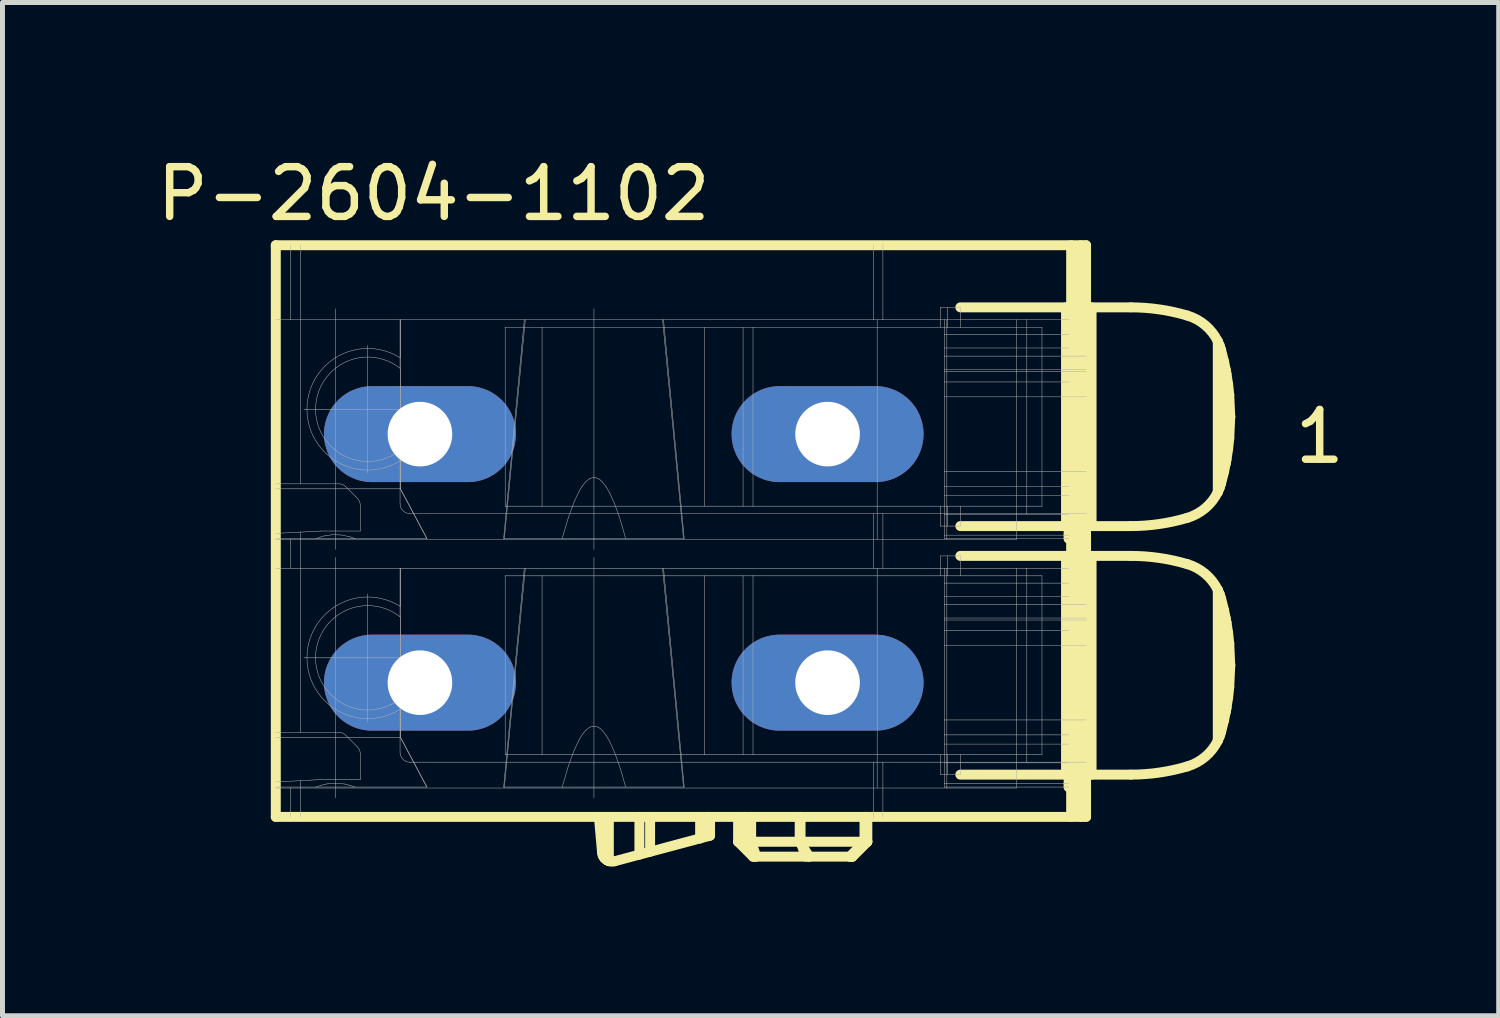
<source format=kicad_pcb>
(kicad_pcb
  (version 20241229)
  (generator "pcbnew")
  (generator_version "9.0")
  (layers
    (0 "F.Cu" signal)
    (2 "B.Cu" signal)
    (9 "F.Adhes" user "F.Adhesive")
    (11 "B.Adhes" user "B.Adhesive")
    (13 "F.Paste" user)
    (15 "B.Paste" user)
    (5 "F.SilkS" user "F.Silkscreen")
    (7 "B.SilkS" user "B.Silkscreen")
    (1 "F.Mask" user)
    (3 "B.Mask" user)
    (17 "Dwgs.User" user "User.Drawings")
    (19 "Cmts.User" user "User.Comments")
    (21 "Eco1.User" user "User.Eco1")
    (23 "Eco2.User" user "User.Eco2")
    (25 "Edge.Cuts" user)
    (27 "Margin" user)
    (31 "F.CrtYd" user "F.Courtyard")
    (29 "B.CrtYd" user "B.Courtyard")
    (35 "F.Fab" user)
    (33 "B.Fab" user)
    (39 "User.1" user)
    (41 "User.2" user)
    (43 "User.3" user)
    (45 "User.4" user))
  (footprint "P-2604-1102"
    (layer "F.Cu")
    (at 13.598 3.383)
    (property "Reference" "P-2604-1102" (at -7.925 -2.535 0) (layer "F.SilkS") (effects (font (size 1 1) (thickness 0.15))))
    (attr through_hole)
    (fp_line (start -11.1 10) (end -11.1 -1.5) (stroke (width 0.2) (type solid)) (layer "F.SilkS"))
    (fp_line (start -4.537 10.717) (end -4.6 10) (stroke (width 0.2) (type solid)) (layer "F.SilkS"))
    (fp_line (start -4.537 10.717) (end -4.522 10.778) (stroke (width 0.2) (type solid)) (layer "F.SilkS"))
    (fp_line (start -4.522 10.778) (end -4.491 10.829) (stroke (width 0.2) (type solid)) (layer "F.SilkS"))
    (fp_line (start -4.491 10.829) (end -4.436 10.874) (stroke (width 0.2) (type solid)) (layer "F.SilkS"))
    (fp_line (start -4.452 10.864) (end -4.452 10) (stroke (width 0.2) (type solid)) (layer "F.SilkS"))
    (fp_line (start -4.436 10.874) (end -4.4 10.89) (stroke (width 0.2) (type solid)) (layer "F.SilkS"))
    (fp_line (start -4.4 10.89) (end -4.4 10) (stroke (width 0.2) (type solid)) (layer "F.SilkS"))
    (fp_line (start -3.785 10.759) (end -3.785 10) (stroke (width 0.2) (type solid)) (layer "F.SilkS"))
    (fp_line (start -3.57 10.701) (end -3.57 10) (stroke (width 0.2) (type solid)) (layer "F.SilkS"))
    (fp_line (start -2.564 10.432) (end -4.286 10.893) (stroke (width 0.2) (type solid)) (layer "F.SilkS"))
    (fp_line (start -2.564 10.432) (end -2.564 10) (stroke (width 0.2) (type solid)) (layer "F.SilkS"))
    (fp_line (start -2.4 10.388) (end -2.4 10) (stroke (width 0.2) (type solid)) (layer "F.SilkS"))
    (fp_line (start -2.364 10.378) (end -2.564 10.432) (stroke (width 0.2) (type solid)) (layer "F.SilkS"))
    (fp_line (start -2.364 10.378) (end -2.364 10) (stroke (width 0.2) (type solid)) (layer "F.SilkS"))
    (fp_line (start -1.8 10) (end -1.8 10.5) (stroke (width 0.2) (type solid)) (layer "F.SilkS"))
    (fp_line (start -1.8 10.5) (end -1.5 10.8) (stroke (width 0.2) (type solid)) (layer "F.SilkS"))
    (fp_line (start -1.655 10.5) (end -1.8 10.5) (stroke (width 0.2) (type solid)) (layer "F.SilkS"))
    (fp_line (start -1.655 10.5) (end -1.655 10) (stroke (width 0.2) (type solid)) (layer "F.SilkS"))
    (fp_line (start -1.537 10.5) (end -1.537 10) (stroke (width 0.2) (type solid)) (layer "F.SilkS"))
    (fp_line (start -1.464 10.8) (end -1.655 10.5) (stroke (width 0.2) (type solid)) (layer "F.SilkS"))
    (fp_line (start -1.464 10.8) (end -1.5 10.8) (stroke (width 0.2) (type solid)) (layer "F.SilkS"))
    (fp_line (start -1.434 10.8) (end -1.537 10.5) (stroke (width 0.2) (type solid)) (layer "F.SilkS"))
    (fp_line (start -0.561 10.5) (end -1.655 10.5) (stroke (width 0.2) (type solid)) (layer "F.SilkS"))
    (fp_line (start -0.561 10.5) (end -0.561 10) (stroke (width 0.2) (type solid)) (layer "F.SilkS"))
    (fp_line (start -0.543 10.5) (end -0.543 10) (stroke (width 0.2) (type solid)) (layer "F.SilkS"))
    (fp_line (start -0.44 10.8) (end -0.543 10.5) (stroke (width 0.2) (type solid)) (layer "F.SilkS"))
    (fp_line (start -0.369 10.8) (end -1.464 10.8) (stroke (width 0.2) (type solid)) (layer "F.SilkS"))
    (fp_line (start -0.369 10.8) (end -0.561 10.5) (stroke (width 0.2) (type solid)) (layer "F.SilkS"))
    (fp_line (start 0.446 10.8) (end -0.369 10.8) (stroke (width 0.2) (type solid)) (layer "F.SilkS"))
    (fp_line (start 0.446 10.8) (end 0.743 10.5) (stroke (width 0.2) (type solid)) (layer "F.SilkS"))
    (fp_line (start 0.494 10.8) (end 0.446 10.8) (stroke (width 0.2) (type solid)) (layer "F.SilkS"))
    (fp_line (start 0.494 10.8) (end 0.792 10.5) (stroke (width 0.2) (type solid)) (layer "F.SilkS"))
    (fp_line (start 0.5 10.8) (end 0.494 10.8) (stroke (width 0.2) (type solid)) (layer "F.SilkS"))
    (fp_line (start 0.5 10.8) (end 0.8 10.5) (stroke (width 0.2) (type solid)) (layer "F.SilkS"))
    (fp_line (start 0.743 10.5) (end -0.561 10.5) (stroke (width 0.2) (type solid)) (layer "F.SilkS"))
    (fp_line (start 0.743 10.5) (end 0.743 10) (stroke (width 0.2) (type solid)) (layer "F.SilkS"))
    (fp_line (start 0.792 10.5) (end 0.743 10.5) (stroke (width 0.2) (type solid)) (layer "F.SilkS"))
    (fp_line (start 0.792 10.5) (end 0.792 10) (stroke (width 0.2) (type solid)) (layer "F.SilkS"))
    (fp_line (start 0.8 10.5) (end 0.792 10.5) (stroke (width 0.2) (type solid)) (layer "F.SilkS"))
    (fp_line (start 0.8 10.5) (end 0.8 10) (stroke (width 0.2) (type solid)) (layer "F.SilkS"))
    (fp_line (start 4.797 4.15) (end 4.797 -0.25) (stroke (width 0.2) (type solid)) (layer "F.SilkS"))
    (fp_line (start 4.797 9.15) (end 4.797 4.75) (stroke (width 0.2) (type solid)) (layer "F.SilkS"))
    (fp_line (start 4.85 0) (end 4.85 1.25) (stroke (width 0.2) (type solid)) (layer "F.SilkS"))
    (fp_line (start 4.85 1.25) (end 4.85 3.35) (stroke (width 0.2) (type solid)) (layer "F.SilkS"))
    (fp_line (start 4.85 3.35) (end 4.85 4.4) (stroke (width 0.2) (type solid)) (layer "F.SilkS"))
    (fp_line (start 4.85 5) (end 4.85 6.25) (stroke (width 0.2) (type solid)) (layer "F.SilkS"))
    (fp_line (start 4.85 6.25) (end 4.85 8.35) (stroke (width 0.2) (type solid)) (layer "F.SilkS"))
    (fp_line (start 4.85 8.35) (end 4.85 9.4) (stroke (width 0.2) (type solid)) (layer "F.SilkS"))
    (fp_line (start 4.9 10) (end 4.9 -1.5) (stroke (width 0.2) (type solid)) (layer "F.SilkS"))
    (fp_line (start 5.093 10) (end 5.093 -1.5) (stroke (width 0.2) (type solid)) (layer "F.SilkS"))
    (fp_line (start 5.2 -1.5) (end -11.1 -1.5) (stroke (width 0.2) (type solid)) (layer "F.SilkS"))
    (fp_line (start 5.2 -0.194) (end 4.85 0) (stroke (width 0.2) (type solid)) (layer "F.SilkS"))
    (fp_line (start 5.2 0.13) (end 4.85 0.298) (stroke (width 0.2) (type solid)) (layer "F.SilkS"))
    (fp_line (start 5.2 0.399) (end 4.85 0.567) (stroke (width 0.2) (type solid)) (layer "F.SilkS"))
    (fp_line (start 5.2 1.056) (end 4.85 1.25) (stroke (width 0.2) (type solid)) (layer "F.SilkS"))
    (fp_line (start 5.2 3.544) (end 4.85 3.35) (stroke (width 0.2) (type solid)) (layer "F.SilkS"))
    (fp_line (start 5.2 3.558) (end 4.85 3.536) (stroke (width 0.2) (type solid)) (layer "F.SilkS"))
    (fp_line (start 5.2 4.081) (end 4.85 3.913) (stroke (width 0.2) (type solid)) (layer "F.SilkS"))
    (fp_line (start 5.2 4.501) (end 4.85 4.333) (stroke (width 0.2) (type solid)) (layer "F.SilkS"))
    (fp_line (start 5.2 4.594) (end 4.85 4.4) (stroke (width 0.2) (type solid)) (layer "F.SilkS"))
    (fp_line (start 5.2 4.806) (end 4.85 5) (stroke (width 0.2) (type solid)) (layer "F.SilkS"))
    (fp_line (start 5.2 5.13) (end 4.85 5.298) (stroke (width 0.2) (type solid)) (layer "F.SilkS"))
    (fp_line (start 5.2 5.399) (end 4.85 5.567) (stroke (width 0.2) (type solid)) (layer "F.SilkS"))
    (fp_line (start 5.2 6.056) (end 4.85 6.25) (stroke (width 0.2) (type solid)) (layer "F.SilkS"))
    (fp_line (start 5.2 8.544) (end 4.85 8.35) (stroke (width 0.2) (type solid)) (layer "F.SilkS"))
    (fp_line (start 5.2 8.558) (end 4.85 8.536) (stroke (width 0.2) (type solid)) (layer "F.SilkS"))
    (fp_line (start 5.2 9.081) (end 4.85 8.913) (stroke (width 0.2) (type solid)) (layer "F.SilkS"))
    (fp_line (start 5.2 9.501) (end 4.85 9.333) (stroke (width 0.2) (type solid)) (layer "F.SilkS"))
    (fp_line (start 5.2 9.594) (end 4.85 9.4) (stroke (width 0.2) (type solid)) (layer "F.SilkS"))
    (fp_line (start 5.2 10) (end -11.1 10) (stroke (width 0.2) (type solid)) (layer "F.SilkS"))
    (fp_line (start 5.2 10) (end 5.2 -1.5) (stroke (width 0.2) (type solid)) (layer "F.SilkS"))
    (fp_line (start 5.311 4.15) (end 5.311 -0.25) (stroke (width 0.2) (type solid)) (layer "F.SilkS"))
    (fp_line (start 5.311 9.15) (end 5.311 4.75) (stroke (width 0.2) (type solid)) (layer "F.SilkS"))
    (fp_line (start 6.1 -0.25) (end 2.671 -0.25) (stroke (width 0.2) (type solid)) (layer "F.SilkS"))
    (fp_line (start 6.1 4.15) (end 2.671 4.15) (stroke (width 0.2) (type solid)) (layer "F.SilkS"))
    (fp_line (start 6.1 4.75) (end 2.671 4.75) (stroke (width 0.2) (type solid)) (layer "F.SilkS"))
    (fp_line (start 6.1 9.15) (end 2.671 9.15) (stroke (width 0.2) (type solid)) (layer "F.SilkS"))
    (fp_line (start 7.85 0.433) (end 7.887 0.517) (stroke (width 0.2) (type solid)) (layer "F.SilkS"))
    (fp_line (start 7.85 3.467) (end 7.85 0.433) (stroke (width 0.2) (type solid)) (layer "F.SilkS"))
    (fp_line (start 7.85 5.433) (end 7.887 5.517) (stroke (width 0.2) (type solid)) (layer "F.SilkS"))
    (fp_line (start 7.85 8.467) (end 7.85 5.433) (stroke (width 0.2) (type solid)) (layer "F.SilkS"))
    (fp_line (start 7.887 0.517) (end 7.916 0.605) (stroke (width 0.2) (type solid)) (layer "F.SilkS"))
    (fp_line (start 7.887 5.517) (end 7.916 5.605) (stroke (width 0.2) (type solid)) (layer "F.SilkS"))
    (fp_line (start 7.887 3.382) (end 7.85 3.467) (stroke (width 0.2) (type solid)) (layer "F.SilkS"))
    (fp_line (start 7.887 8.382) (end 7.85 8.467) (stroke (width 0.2) (type solid)) (layer "F.SilkS"))
    (fp_line (start 7.916 0.605) (end 7.977 0.846) (stroke (width 0.2) (type solid)) (layer "F.SilkS"))
    (fp_line (start 7.916 3.295) (end 7.887 3.382) (stroke (width 0.2) (type solid)) (layer "F.SilkS"))
    (fp_line (start 7.916 5.605) (end 7.977 5.846) (stroke (width 0.2) (type solid)) (layer "F.SilkS"))
    (fp_line (start 7.916 8.295) (end 7.887 8.382) (stroke (width 0.2) (type solid)) (layer "F.SilkS"))
    (fp_line (start 7.977 0.846) (end 8.025 1.09) (stroke (width 0.2) (type solid)) (layer "F.SilkS"))
    (fp_line (start 7.977 5.846) (end 8.025 6.09) (stroke (width 0.2) (type solid)) (layer "F.SilkS"))
    (fp_line (start 7.977 3.053) (end 7.916 3.295) (stroke (width 0.2) (type solid)) (layer "F.SilkS"))
    (fp_line (start 7.977 8.053) (end 7.916 8.295) (stroke (width 0.2) (type solid)) (layer "F.SilkS"))
    (fp_line (start 8.011 2.891) (end 8.011 1.009) (stroke (width 0.2) (type solid)) (layer "F.SilkS"))
    (fp_line (start 8.011 7.891) (end 8.011 6.009) (stroke (width 0.2) (type solid)) (layer "F.SilkS"))
    (fp_line (start 8.025 1.09) (end 8.058 1.3) (stroke (width 0.2) (type solid)) (layer "F.SilkS"))
    (fp_line (start 8.025 2.81) (end 7.977 3.053) (stroke (width 0.2) (type solid)) (layer "F.SilkS"))
    (fp_line (start 8.025 6.09) (end 8.058 6.3) (stroke (width 0.2) (type solid)) (layer "F.SilkS"))
    (fp_line (start 8.025 7.81) (end 7.977 8.053) (stroke (width 0.2) (type solid)) (layer "F.SilkS"))
    (fp_line (start 8.058 1.3) (end 8.081 1.511) (stroke (width 0.2) (type solid)) (layer "F.SilkS"))
    (fp_line (start 8.058 6.3) (end 8.081 6.511) (stroke (width 0.2) (type solid)) (layer "F.SilkS"))
    (fp_line (start 8.058 2.598) (end 8.025 2.81) (stroke (width 0.2) (type solid)) (layer "F.SilkS"))
    (fp_line (start 8.058 7.598) (end 8.025 7.81) (stroke (width 0.2) (type solid)) (layer "F.SilkS"))
    (fp_line (start 8.081 1.511) (end 8.1 1.936) (stroke (width 0.2) (type solid)) (layer "F.SilkS"))
    (fp_line (start 8.081 6.511) (end 8.1 6.936) (stroke (width 0.2) (type solid)) (layer "F.SilkS"))
    (fp_line (start 8.081 2.386) (end 8.058 2.598) (stroke (width 0.2) (type solid)) (layer "F.SilkS"))
    (fp_line (start 8.081 7.386) (end 8.058 7.598) (stroke (width 0.2) (type solid)) (layer "F.SilkS"))
    (fp_line (start 8.1 1.936) (end 8.1 1.95) (stroke (width 0.2) (type solid)) (layer "F.SilkS"))
    (fp_line (start 8.1 1.964) (end 8.081 2.386) (stroke (width 0.2) (type solid)) (layer "F.SilkS"))
    (fp_line (start 8.1 6.936) (end 8.1 6.95) (stroke (width 0.2) (type solid)) (layer "F.SilkS"))
    (fp_line (start 8.1 6.964) (end 8.081 7.386) (stroke (width 0.2) (type solid)) (layer "F.SilkS"))
    (fp_line (start 8.1 1.95) (end 8.1 1.964) (stroke (width 0.2) (type solid)) (layer "F.SilkS"))
    (fp_line (start 8.1 6.95) (end 8.1 6.964) (stroke (width 0.2) (type solid)) (layer "F.SilkS"))
    (fp_arc (start -4.28623 10.8932) (mid -4.343333 10.899963) (end -4.4 10.8902) (stroke (width 0.2) (type solid)) (layer "F.SilkS"))
    (fp_arc (start 6.1 -0.249997) (mid 6.674259 -0.20856) (end 7.23662 -0.085109) (stroke (width 0.2) (type solid)) (layer "F.SilkS"))
    (fp_arc (start 6.1 4.75) (mid 6.674259 4.791438) (end 7.23662 4.91489) (stroke (width 0.2) (type solid)) (layer "F.SilkS"))
    (fp_arc (start 7.23662 -0.085116) (mid 7.597551 0.109553) (end 7.85 0.432719) (stroke (width 0.2) (type solid)) (layer "F.SilkS"))
    (fp_arc (start 7.23662 3.98511) (mid 6.674259 4.108562) (end 6.1 4.15) (stroke (width 0.2) (type solid)) (layer "F.SilkS"))
    (fp_arc (start 7.23662 4.91488) (mid 7.597551 5.109551) (end 7.85 5.43272) (stroke (width 0.2) (type solid)) (layer "F.SilkS"))
    (fp_arc (start 7.23662 8.98511) (mid 6.674259 9.108562) (end 6.1 9.15) (stroke (width 0.2) (type solid)) (layer "F.SilkS"))
    (fp_arc (start 7.84999 3.46728) (mid 7.597545 3.790443) (end 7.23662 3.98511) (stroke (width 0.2) (type solid)) (layer "F.SilkS"))
    (fp_arc (start 7.84999 8.46728) (mid 7.597545 8.790443) (end 7.23662 8.98511) (stroke (width 0.2) (type solid)) (layer "F.SilkS"))
    (fp_line (start -11.1 3.4) (end -8.596 3.4) (stroke (width 0.01) (type solid)) (layer "F.Fab"))
    (fp_line (start -11.1 4.4) (end -10.29 4.4) (stroke (width 0.01) (type solid)) (layer "F.Fab"))
    (fp_line (start -11.1 8.4) (end -8.59 8.4) (stroke (width 0.01) (type solid)) (layer "F.Fab"))
    (fp_line (start -10.8 0) (end -10.8 -1.5) (stroke (width 0.01) (type solid)) (layer "F.Fab"))
    (fp_line (start -10.8 5) (end -10.8 4.42) (stroke (width 0.01) (type solid)) (layer "F.Fab"))
    (fp_line (start -10.8 10) (end -10.8 9.42) (stroke (width 0.01) (type solid)) (layer "F.Fab"))
    (fp_line (start -10.6 3.3) (end -11.1 3.3) (stroke (width 0.01) (type solid)) (layer "F.Fab"))
    (fp_line (start -10.6 3.3) (end -10.6 -1.5) (stroke (width 0.01) (type solid)) (layer "F.Fab"))
    (fp_line (start -10.6 8.3) (end -11.1 8.3) (stroke (width 0.01) (type solid)) (layer "F.Fab"))
    (fp_line (start -10.6 8.3) (end -10.6 4.271) (stroke (width 0.01) (type solid)) (layer "F.Fab"))
    (fp_line (start -10.6 10) (end -10.6 9.271) (stroke (width 0.01) (type solid)) (layer "F.Fab"))
    (fp_line (start -10.534 1.8) (end -8.6 1.8) (stroke (width 0.01) (type solid)) (layer "F.Fab"))
    (fp_line (start -10.534 6.8) (end -8.6 6.8) (stroke (width 0.01) (type solid)) (layer "F.Fab"))
    (fp_line (start -10.29 4.4) (end -10.127 4.348) (stroke (width 0.01) (type solid)) (layer "F.Fab"))
    (fp_line (start -10.29 4.4) (end -9.51 4.4) (stroke (width 0.01) (type solid)) (layer "F.Fab"))
    (fp_line (start -10.29 9.4) (end -10.181 9.363) (stroke (width 0.01) (type solid)) (layer "F.Fab"))
    (fp_line (start -10.2 4.25) (end -11.1 4.297) (stroke (width 0.01) (type solid)) (layer "F.Fab"))
    (fp_line (start -10.2 4.25) (end -9.4 4.25) (stroke (width 0.01) (type solid)) (layer "F.Fab"))
    (fp_line (start -10.2 9.25) (end -11.1 9.297) (stroke (width 0.01) (type solid)) (layer "F.Fab"))
    (fp_line (start -10.2 9.25) (end -9.4 9.25) (stroke (width 0.01) (type solid)) (layer "F.Fab"))
    (fp_line (start -10.181 9.363) (end -10.069 9.336) (stroke (width 0.01) (type solid)) (layer "F.Fab"))
    (fp_line (start -10.127 4.348) (end -9.954 4.323) (stroke (width 0.01) (type solid)) (layer "F.Fab"))
    (fp_line (start -10.069 9.336) (end -9.895 9.322) (stroke (width 0.01) (type solid)) (layer "F.Fab"))
    (fp_line (start -9.954 4.323) (end -9.782 4.329) (stroke (width 0.01) (type solid)) (layer "F.Fab"))
    (fp_line (start -9.9 4.62) (end -9.9 -0.22) (stroke (width 0.01) (type solid)) (layer "F.Fab"))
    (fp_line (start -9.9 9.62) (end -9.9 4.78) (stroke (width 0.01) (type solid)) (layer "F.Fab"))
    (fp_line (start -9.895 9.322) (end -9.715 9.339) (stroke (width 0.01) (type solid)) (layer "F.Fab"))
    (fp_line (start -9.833 3.3) (end -10.6 3.3) (stroke (width 0.01) (type solid)) (layer "F.Fab"))
    (fp_line (start -9.833 8.3) (end -10.6 8.3) (stroke (width 0.01) (type solid)) (layer "F.Fab"))
    (fp_line (start -9.782 4.329) (end -9.608 4.366) (stroke (width 0.01) (type solid)) (layer "F.Fab"))
    (fp_line (start -9.715 9.339) (end -9.612 9.365) (stroke (width 0.01) (type solid)) (layer "F.Fab"))
    (fp_line (start -9.612 9.365) (end -9.51 9.4) (stroke (width 0.01) (type solid)) (layer "F.Fab"))
    (fp_line (start -9.608 4.366) (end -9.51 4.4) (stroke (width 0.01) (type solid)) (layer "F.Fab"))
    (fp_line (start -9.51 4.4) (end -8.063 4.4) (stroke (width 0.01) (type solid)) (layer "F.Fab"))
    (fp_line (start -9.459 3.591) (end -9.691 3.359) (stroke (width 0.01) (type solid)) (layer "F.Fab"))
    (fp_line (start -9.459 8.591) (end -9.691 8.359) (stroke (width 0.01) (type solid)) (layer "F.Fab"))
    (fp_line (start -9.4 4.25) (end -9.4 3.733) (stroke (width 0.01) (type solid)) (layer "F.Fab"))
    (fp_line (start -9.4 9.25) (end -9.4 8.733) (stroke (width 0.01) (type solid)) (layer "F.Fab"))
    (fp_line (start -9.25 3.084) (end -9.25 0.516) (stroke (width 0.01) (type solid)) (layer "F.Fab"))
    (fp_line (start -9.25 8.084) (end -9.25 5.516) (stroke (width 0.01) (type solid)) (layer "F.Fab"))
    (fp_line (start -8.6 0) (end -11.1 0) (stroke (width 0.01) (type solid)) (layer "F.Fab"))
    (fp_line (start -8.6 0) (end -8.6 0.764) (stroke (width 0.01) (type solid)) (layer "F.Fab"))
    (fp_line (start -8.6 0.764) (end -8.6 0.975) (stroke (width 0.01) (type solid)) (layer "F.Fab"))
    (fp_line (start -8.6 2.62) (end -8.6 1.8) (stroke (width 0.01) (type solid)) (layer "F.Fab"))
    (fp_line (start -8.6 2.625) (end -8.6 2.836) (stroke (width 0.01) (type solid)) (layer "F.Fab"))
    (fp_line (start -8.6 2.836) (end -8.6 3.7) (stroke (width 0.01) (type solid)) (layer "F.Fab"))
    (fp_line (start -8.6 5) (end -11.1 5) (stroke (width 0.01) (type solid)) (layer "F.Fab"))
    (fp_line (start -8.6 5) (end -8.6 5.764) (stroke (width 0.01) (type solid)) (layer "F.Fab"))
    (fp_line (start -8.6 5.764) (end -8.6 5.975) (stroke (width 0.01) (type solid)) (layer "F.Fab"))
    (fp_line (start -8.6 7.62) (end -8.6 6.8) (stroke (width 0.01) (type solid)) (layer "F.Fab"))
    (fp_line (start -8.6 7.625) (end -8.6 7.836) (stroke (width 0.01) (type solid)) (layer "F.Fab"))
    (fp_line (start -8.6 7.836) (end -8.6 8.7) (stroke (width 0.01) (type solid)) (layer "F.Fab"))
    (fp_line (start -8.596 0.761) (end -8.596 0) (stroke (width 0.01) (type solid)) (layer "F.Fab"))
    (fp_line (start -8.596 1.8) (end -8.6 1.8) (stroke (width 0.01) (type solid)) (layer "F.Fab"))
    (fp_line (start -8.596 1.8) (end -8.596 0.979) (stroke (width 0.01) (type solid)) (layer "F.Fab"))
    (fp_line (start -8.596 2.8) (end -8.59 2.8) (stroke (width 0.01) (type solid)) (layer "F.Fab"))
    (fp_line (start -8.596 3.4) (end -8.596 2.839) (stroke (width 0.01) (type solid)) (layer "F.Fab"))
    (fp_line (start -8.596 3.4) (end -8.59 3.4) (stroke (width 0.01) (type solid)) (layer "F.Fab"))
    (fp_line (start -8.596 5.761) (end -8.596 5) (stroke (width 0.01) (type solid)) (layer "F.Fab"))
    (fp_line (start -8.596 6.8) (end -8.6 6.8) (stroke (width 0.01) (type solid)) (layer "F.Fab"))
    (fp_line (start -8.596 6.8) (end -8.596 5.979) (stroke (width 0.01) (type solid)) (layer "F.Fab"))
    (fp_line (start -8.596 7.8) (end -7.8 7.8) (stroke (width 0.01) (type solid)) (layer "F.Fab"))
    (fp_line (start -8.596 8.4) (end -8.596 7.839) (stroke (width 0.01) (type solid)) (layer "F.Fab"))
    (fp_line (start -8.59 1.8) (end -8.596 1.8) (stroke (width 0.01) (type solid)) (layer "F.Fab"))
    (fp_line (start -8.59 1.8) (end -8.59 0) (stroke (width 0.01) (type solid)) (layer "F.Fab"))
    (fp_line (start -8.59 2.8) (end -7.8 2.8) (stroke (width 0.01) (type solid)) (layer "F.Fab"))
    (fp_line (start -8.59 3.4) (end -8.59 2.8) (stroke (width 0.01) (type solid)) (layer "F.Fab"))
    (fp_line (start -8.59 6.8) (end -8.596 6.8) (stroke (width 0.01) (type solid)) (layer "F.Fab"))
    (fp_line (start -8.59 6.8) (end -8.59 5) (stroke (width 0.01) (type solid)) (layer "F.Fab"))
    (fp_line (start -8.59 8.4) (end -8.59 7.8) (stroke (width 0.01) (type solid)) (layer "F.Fab"))
    (fp_line (start -8.4 3.9) (end 0.92 3.9) (stroke (width 0.01) (type solid)) (layer "F.Fab"))
    (fp_line (start -8.4 8.9) (end 0.92 8.9) (stroke (width 0.01) (type solid)) (layer "F.Fab"))
    (fp_line (start -8.063 4.4) (end -8.596 3.4) (stroke (width 0.01) (type solid)) (layer "F.Fab"))
    (fp_line (start -8.063 4.4) (end -8.058 4.4) (stroke (width 0.01) (type solid)) (layer "F.Fab"))
    (fp_line (start -8.063 9.4) (end -8.596 8.4) (stroke (width 0.01) (type solid)) (layer "F.Fab"))
    (fp_line (start -8.058 4.4) (end -8.59 3.4) (stroke (width 0.01) (type solid)) (layer "F.Fab"))
    (fp_line (start -8.058 9.4) (end -11.1 9.4) (stroke (width 0.01) (type solid)) (layer "F.Fab"))
    (fp_line (start -8.058 9.4) (end -8.59 8.4) (stroke (width 0.01) (type solid)) (layer "F.Fab"))
    (fp_line (start -7.8 1.8) (end -8.59 1.8) (stroke (width 0.01) (type solid)) (layer "F.Fab"))
    (fp_line (start -7.8 2.8) (end -7.8 1.8) (stroke (width 0.01) (type solid)) (layer "F.Fab"))
    (fp_line (start -7.8 6.8) (end -8.59 6.8) (stroke (width 0.01) (type solid)) (layer "F.Fab"))
    (fp_line (start -7.8 7.8) (end -7.8 6.8) (stroke (width 0.01) (type solid)) (layer "F.Fab"))
    (fp_line (start -6.485 3.75) (end -6.485 0.15) (stroke (width 0.01) (type solid)) (layer "F.Fab"))
    (fp_line (start -6.485 8.75) (end -6.485 5.15) (stroke (width 0.01) (type solid)) (layer "F.Fab"))
    (fp_line (start -6.1 0) (end -6.516 4.4) (stroke (width 0.01) (type solid)) (layer "F.Fab"))
    (fp_line (start -6.1 5) (end -6.516 9.4) (stroke (width 0.01) (type solid)) (layer "F.Fab"))
    (fp_line (start -6.081 0) (end -6.502 4.4) (stroke (width 0.01) (type solid)) (layer "F.Fab"))
    (fp_line (start -6.081 5) (end -6.502 9.4) (stroke (width 0.01) (type solid)) (layer "F.Fab"))
    (fp_line (start -5.743 0.15) (end -6.485 0.15) (stroke (width 0.01) (type solid)) (layer "F.Fab"))
    (fp_line (start -5.743 3.75) (end -6.485 3.75) (stroke (width 0.01) (type solid)) (layer "F.Fab"))
    (fp_line (start -5.743 3.75) (end -5.743 0.15) (stroke (width 0.01) (type solid)) (layer "F.Fab"))
    (fp_line (start -5.743 8.75) (end -5.743 5.15) (stroke (width 0.01) (type solid)) (layer "F.Fab"))
    (fp_line (start -5.338 4.4) (end -5.219 3.992) (stroke (width 0.01) (type solid)) (layer "F.Fab"))
    (fp_line (start -5.338 9.4) (end -5.219 8.992) (stroke (width 0.01) (type solid)) (layer "F.Fab"))
    (fp_line (start -5.219 3.992) (end -5.098 3.661) (stroke (width 0.01) (type solid)) (layer "F.Fab"))
    (fp_line (start -5.219 8.992) (end -5.098 8.661) (stroke (width 0.01) (type solid)) (layer "F.Fab"))
    (fp_line (start -5.098 3.661) (end -4.998 3.448) (stroke (width 0.01) (type solid)) (layer "F.Fab"))
    (fp_line (start -5.098 8.661) (end -4.998 8.448) (stroke (width 0.01) (type solid)) (layer "F.Fab"))
    (fp_line (start -4.998 3.448) (end -4.937 3.348) (stroke (width 0.01) (type solid)) (layer "F.Fab"))
    (fp_line (start -4.998 8.448) (end -4.937 8.348) (stroke (width 0.01) (type solid)) (layer "F.Fab"))
    (fp_line (start -4.937 3.348) (end -4.862 3.255) (stroke (width 0.01) (type solid)) (layer "F.Fab"))
    (fp_line (start -4.937 8.348) (end -4.862 8.255) (stroke (width 0.01) (type solid)) (layer "F.Fab"))
    (fp_line (start -4.862 3.255) (end -4.792 3.2) (stroke (width 0.01) (type solid)) (layer "F.Fab"))
    (fp_line (start -4.862 8.255) (end -4.792 8.2) (stroke (width 0.01) (type solid)) (layer "F.Fab"))
    (fp_line (start -4.792 3.2) (end -4.734 3.177) (stroke (width 0.01) (type solid)) (layer "F.Fab"))
    (fp_line (start -4.792 8.2) (end -4.734 8.177) (stroke (width 0.01) (type solid)) (layer "F.Fab"))
    (fp_line (start -4.734 3.177) (end -4.672 3.176) (stroke (width 0.01) (type solid)) (layer "F.Fab"))
    (fp_line (start -4.734 8.177) (end -4.672 8.176) (stroke (width 0.01) (type solid)) (layer "F.Fab"))
    (fp_line (start -4.7 4.62) (end -4.7 -0.22) (stroke (width 0.01) (type solid)) (layer "F.Fab"))
    (fp_line (start -4.7 9.62) (end -4.7 4.78) (stroke (width 0.01) (type solid)) (layer "F.Fab"))
    (fp_line (start -4.672 3.176) (end -4.614 3.197) (stroke (width 0.01) (type solid)) (layer "F.Fab"))
    (fp_line (start -4.672 8.176) (end -4.614 8.197) (stroke (width 0.01) (type solid)) (layer "F.Fab"))
    (fp_line (start -4.614 3.197) (end -4.573 3.224) (stroke (width 0.01) (type solid)) (layer "F.Fab"))
    (fp_line (start -4.614 8.197) (end -4.573 8.224) (stroke (width 0.01) (type solid)) (layer "F.Fab"))
    (fp_line (start -4.573 3.224) (end -4.536 3.257) (stroke (width 0.01) (type solid)) (layer "F.Fab"))
    (fp_line (start -4.573 8.224) (end -4.536 8.257) (stroke (width 0.01) (type solid)) (layer "F.Fab"))
    (fp_line (start -4.536 3.257) (end -4.452 3.364) (stroke (width 0.01) (type solid)) (layer "F.Fab"))
    (fp_line (start -4.536 8.257) (end -4.452 8.364) (stroke (width 0.01) (type solid)) (layer "F.Fab"))
    (fp_line (start -4.452 3.364) (end -4.383 3.484) (stroke (width 0.01) (type solid)) (layer "F.Fab"))
    (fp_line (start -4.452 8.364) (end -4.383 8.484) (stroke (width 0.01) (type solid)) (layer "F.Fab"))
    (fp_line (start -4.383 3.484) (end -4.284 3.704) (stroke (width 0.01) (type solid)) (layer "F.Fab"))
    (fp_line (start -4.383 8.484) (end -4.284 8.704) (stroke (width 0.01) (type solid)) (layer "F.Fab"))
    (fp_line (start -4.284 3.704) (end -4.201 3.931) (stroke (width 0.01) (type solid)) (layer "F.Fab"))
    (fp_line (start -4.284 8.704) (end -4.201 8.931) (stroke (width 0.01) (type solid)) (layer "F.Fab"))
    (fp_line (start -4.201 3.931) (end -4.128 4.165) (stroke (width 0.01) (type solid)) (layer "F.Fab"))
    (fp_line (start -4.201 8.931) (end -4.128 9.165) (stroke (width 0.01) (type solid)) (layer "F.Fab"))
    (fp_line (start -4.128 4.165) (end -4.062 4.4) (stroke (width 0.01) (type solid)) (layer "F.Fab"))
    (fp_line (start -4.128 9.165) (end -4.062 9.4) (stroke (width 0.01) (type solid)) (layer "F.Fab"))
    (fp_line (start -2.898 4.4) (end -3.319 0) (stroke (width 0.01) (type solid)) (layer "F.Fab"))
    (fp_line (start -2.898 9.4) (end -3.319 5) (stroke (width 0.01) (type solid)) (layer "F.Fab"))
    (fp_line (start -2.884 4.4) (end -6.516 4.4) (stroke (width 0.01) (type solid)) (layer "F.Fab"))
    (fp_line (start -2.884 4.4) (end -3.3 0) (stroke (width 0.01) (type solid)) (layer "F.Fab"))
    (fp_line (start -2.884 9.4) (end -6.516 9.4) (stroke (width 0.01) (type solid)) (layer "F.Fab"))
    (fp_line (start -2.884 9.4) (end -3.3 5) (stroke (width 0.01) (type solid)) (layer "F.Fab"))
    (fp_line (start -2.475 3.75) (end -2.475 0.15) (stroke (width 0.01) (type solid)) (layer "F.Fab"))
    (fp_line (start -2.475 8.75) (end -2.475 5.15) (stroke (width 0.01) (type solid)) (layer "F.Fab"))
    (fp_line (start -1.7 3.75) (end -1.7 0.15) (stroke (width 0.01) (type solid)) (layer "F.Fab"))
    (fp_line (start -1.7 8.75) (end -1.7 5.15) (stroke (width 0.01) (type solid)) (layer "F.Fab"))
    (fp_line (start -1.5 0.15) (end -5.743 0.15) (stroke (width 0.01) (type solid)) (layer "F.Fab"))
    (fp_line (start -1.5 3.75) (end -5.743 3.75) (stroke (width 0.01) (type solid)) (layer "F.Fab"))
    (fp_line (start -1.5 3.75) (end -1.5 0.15) (stroke (width 0.01) (type solid)) (layer "F.Fab"))
    (fp_line (start -1.5 5.15) (end -6.485 5.15) (stroke (width 0.01) (type solid)) (layer "F.Fab"))
    (fp_line (start -1.5 8.75) (end -1.5 5.15) (stroke (width 0.01) (type solid)) (layer "F.Fab"))
    (fp_line (start -0.4 1.8) (end -0.4 2.8) (stroke (width 0.01) (type solid)) (layer "F.Fab"))
    (fp_line (start -0.4 2.8) (end 0.4 2.8) (stroke (width 0.01) (type solid)) (layer "F.Fab"))
    (fp_line (start -0.4 6.8) (end -0.4 7.8) (stroke (width 0.01) (type solid)) (layer "F.Fab"))
    (fp_line (start -0.4 7.8) (end 0.4 7.8) (stroke (width 0.01) (type solid)) (layer "F.Fab"))
    (fp_line (start 0.4 1.8) (end -0.4 1.8) (stroke (width 0.01) (type solid)) (layer "F.Fab"))
    (fp_line (start 0.4 2.8) (end 0.4 1.8) (stroke (width 0.01) (type solid)) (layer "F.Fab"))
    (fp_line (start 0.4 6.8) (end -0.4 6.8) (stroke (width 0.01) (type solid)) (layer "F.Fab"))
    (fp_line (start 0.4 7.8) (end 0.4 6.8) (stroke (width 0.01) (type solid)) (layer "F.Fab"))
    (fp_line (start 0.92 0) (end -8.6 0) (stroke (width 0.01) (type solid)) (layer "F.Fab"))
    (fp_line (start 0.92 0) (end 0.92 -1.5) (stroke (width 0.01) (type solid)) (layer "F.Fab"))
    (fp_line (start 0.92 3.9) (end 1.113 3.9) (stroke (width 0.01) (type solid)) (layer "F.Fab"))
    (fp_line (start 0.92 5) (end -8.6 5) (stroke (width 0.01) (type solid)) (layer "F.Fab"))
    (fp_line (start 0.92 5) (end 0.92 3.9) (stroke (width 0.01) (type solid)) (layer "F.Fab"))
    (fp_line (start 0.92 8.9) (end 1.113 8.9) (stroke (width 0.01) (type solid)) (layer "F.Fab"))
    (fp_line (start 0.92 10) (end 0.92 8.9) (stroke (width 0.01) (type solid)) (layer "F.Fab"))
    (fp_line (start 0.998 4.42) (end 0.998 0) (stroke (width 0.01) (type solid)) (layer "F.Fab"))
    (fp_line (start 0.998 9.42) (end 0.998 5) (stroke (width 0.01) (type solid)) (layer "F.Fab"))
    (fp_line (start 1.113 0) (end 0.92 0) (stroke (width 0.01) (type solid)) (layer "F.Fab"))
    (fp_line (start 1.113 0) (end 1.113 -1.5) (stroke (width 0.01) (type solid)) (layer "F.Fab"))
    (fp_line (start 1.113 3.9) (end 4.008 3.9) (stroke (width 0.01) (type solid)) (layer "F.Fab"))
    (fp_line (start 1.113 5) (end 0.92 5) (stroke (width 0.01) (type solid)) (layer "F.Fab"))
    (fp_line (start 1.113 5) (end 1.113 3.9) (stroke (width 0.01) (type solid)) (layer "F.Fab"))
    (fp_line (start 1.113 8.9) (end 2.271 8.9) (stroke (width 0.01) (type solid)) (layer "F.Fab"))
    (fp_line (start 1.113 10) (end 1.113 8.9) (stroke (width 0.01) (type solid)) (layer "F.Fab"))
    (fp_line (start 2.271 -0.25) (end 2.271 0.15) (stroke (width 0.01) (type solid)) (layer "F.Fab"))
    (fp_line (start 2.271 3.75) (end 2.271 4.15) (stroke (width 0.01) (type solid)) (layer "F.Fab"))
    (fp_line (start 2.271 4.75) (end 2.271 5) (stroke (width 0.01) (type solid)) (layer "F.Fab"))
    (fp_line (start 2.271 5) (end 1.113 5) (stroke (width 0.01) (type solid)) (layer "F.Fab"))
    (fp_line (start 2.271 5) (end 2.271 5.15) (stroke (width 0.01) (type solid)) (layer "F.Fab"))
    (fp_line (start 2.271 8.75) (end 2.271 8.9) (stroke (width 0.01) (type solid)) (layer "F.Fab"))
    (fp_line (start 2.271 8.9) (end 2.271 9.15) (stroke (width 0.01) (type solid)) (layer "F.Fab"))
    (fp_line (start 2.35 0) (end 1.113 0) (stroke (width 0.01) (type solid)) (layer "F.Fab"))
    (fp_line (start 2.35 0) (end 2.35 4.4) (stroke (width 0.01) (type solid)) (layer "F.Fab"))
    (fp_line (start 2.35 5) (end 2.271 5) (stroke (width 0.01) (type solid)) (layer "F.Fab"))
    (fp_line (start 2.35 5) (end 2.35 8.05) (stroke (width 0.01) (type solid)) (layer "F.Fab"))
    (fp_line (start 2.35 8.05) (end 2.35 8.35) (stroke (width 0.01) (type solid)) (layer "F.Fab"))
    (fp_line (start 2.35 8.35) (end 2.35 9.4) (stroke (width 0.01) (type solid)) (layer "F.Fab"))
    (fp_line (start 2.399 4.42) (end 2.399 0) (stroke (width 0.01) (type solid)) (layer "F.Fab"))
    (fp_line (start 2.399 9.42) (end 2.399 5) (stroke (width 0.01) (type solid)) (layer "F.Fab"))
    (fp_line (start 2.414 0.15) (end 2.414 -0.25) (stroke (width 0.01) (type solid)) (layer "F.Fab"))
    (fp_line (start 2.414 4.15) (end 2.414 3.75) (stroke (width 0.01) (type solid)) (layer "F.Fab"))
    (fp_line (start 2.414 5.15) (end 2.414 4.75) (stroke (width 0.01) (type solid)) (layer "F.Fab"))
    (fp_line (start 2.414 9.15) (end 2.414 8.75) (stroke (width 0.01) (type solid)) (layer "F.Fab"))
    (fp_line (start 2.671 -0.25) (end 2.271 -0.25) (stroke (width 0.01) (type solid)) (layer "F.Fab"))
    (fp_line (start 2.671 0.15) (end -1.5 0.15) (stroke (width 0.01) (type solid)) (layer "F.Fab"))
    (fp_line (start 2.671 0.15) (end 2.671 -0.25) (stroke (width 0.01) (type solid)) (layer "F.Fab"))
    (fp_line (start 2.671 3.75) (end -1.5 3.75) (stroke (width 0.01) (type solid)) (layer "F.Fab"))
    (fp_line (start 2.671 4.15) (end 2.271 4.15) (stroke (width 0.01) (type solid)) (layer "F.Fab"))
    (fp_line (start 2.671 4.15) (end 2.671 3.75) (stroke (width 0.01) (type solid)) (layer "F.Fab"))
    (fp_line (start 2.671 4.75) (end 2.271 4.75) (stroke (width 0.01) (type solid)) (layer "F.Fab"))
    (fp_line (start 2.671 5.15) (end -1.5 5.15) (stroke (width 0.01) (type solid)) (layer "F.Fab"))
    (fp_line (start 2.671 5.15) (end 2.671 4.75) (stroke (width 0.01) (type solid)) (layer "F.Fab"))
    (fp_line (start 2.671 8.75) (end -6.485 8.75) (stroke (width 0.01) (type solid)) (layer "F.Fab"))
    (fp_line (start 2.671 9.15) (end 2.271 9.15) (stroke (width 0.01) (type solid)) (layer "F.Fab"))
    (fp_line (start 2.671 9.15) (end 2.671 8.75) (stroke (width 0.01) (type solid)) (layer "F.Fab"))
    (fp_line (start 3.8 4.42) (end -11.1 4.42) (stroke (width 0.01) (type solid)) (layer "F.Fab"))
    (fp_line (start 3.8 4.42) (end 3.8 0) (stroke (width 0.01) (type solid)) (layer "F.Fab"))
    (fp_line (start 3.8 9.42) (end -11.1 9.42) (stroke (width 0.01) (type solid)) (layer "F.Fab"))
    (fp_line (start 3.8 9.42) (end 3.8 5) (stroke (width 0.01) (type solid)) (layer "F.Fab"))
    (fp_line (start 4.008 0) (end 2.35 0) (stroke (width 0.01) (type solid)) (layer "F.Fab"))
    (fp_line (start 4.008 3.9) (end 4.008 0) (stroke (width 0.01) (type solid)) (layer "F.Fab"))
    (fp_line (start 4.008 5) (end 2.35 5) (stroke (width 0.01) (type solid)) (layer "F.Fab"))
    (fp_line (start 4.008 8.9) (end 2.271 8.9) (stroke (width 0.01) (type solid)) (layer "F.Fab"))
    (fp_line (start 4.008 8.9) (end 4.008 5) (stroke (width 0.01) (type solid)) (layer "F.Fab"))
    (fp_line (start 4.313 0.15) (end 2.671 0.15) (stroke (width 0.01) (type solid)) (layer "F.Fab"))
    (fp_line (start 4.313 3.75) (end 2.671 3.75) (stroke (width 0.01) (type solid)) (layer "F.Fab"))
    (fp_line (start 4.313 3.75) (end 4.313 0.15) (stroke (width 0.01) (type solid)) (layer "F.Fab"))
    (fp_line (start 4.313 5.15) (end 2.671 5.15) (stroke (width 0.01) (type solid)) (layer "F.Fab"))
    (fp_line (start 4.313 8.75) (end 2.671 8.75) (stroke (width 0.01) (type solid)) (layer "F.Fab"))
    (fp_line (start 4.313 8.75) (end 4.313 5.15) (stroke (width 0.01) (type solid)) (layer "F.Fab"))
    (fp_line (start 4.85 0) (end 4.008 0) (stroke (width 0.01) (type solid)) (layer "F.Fab"))
    (fp_line (start 4.85 0.298) (end 2.35 0.298) (stroke (width 0.01) (type solid)) (layer "F.Fab"))
    (fp_line (start 4.85 0.567) (end 2.35 0.567) (stroke (width 0.01) (type solid)) (layer "F.Fab"))
    (fp_line (start 4.85 1.25) (end 2.35 1.25) (stroke (width 0.01) (type solid)) (layer "F.Fab"))
    (fp_line (start 4.85 3.35) (end 2.35 3.35) (stroke (width 0.01) (type solid)) (layer "F.Fab"))
    (fp_line (start 4.85 3.536) (end 2.35 3.536) (stroke (width 0.01) (type solid)) (layer "F.Fab"))
    (fp_line (start 4.85 3.913) (end 2.35 3.913) (stroke (width 0.01) (type solid)) (layer "F.Fab"))
    (fp_line (start 4.85 4.333) (end 2.35 4.333) (stroke (width 0.01) (type solid)) (layer "F.Fab"))
    (fp_line (start 4.85 4.4) (end 2.35 4.4) (stroke (width 0.01) (type solid)) (layer "F.Fab"))
    (fp_line (start 4.85 5) (end 4.008 5) (stroke (width 0.01) (type solid)) (layer "F.Fab"))
    (fp_line (start 4.85 5.298) (end 2.35 5.298) (stroke (width 0.01) (type solid)) (layer "F.Fab"))
    (fp_line (start 4.85 5.567) (end 2.35 5.567) (stroke (width 0.01) (type solid)) (layer "F.Fab"))
    (fp_line (start 4.85 6.25) (end 2.35 6.25) (stroke (width 0.01) (type solid)) (layer "F.Fab"))
    (fp_line (start 4.85 8.35) (end 2.35 8.35) (stroke (width 0.01) (type solid)) (layer "F.Fab"))
    (fp_line (start 4.85 8.536) (end 2.35 8.536) (stroke (width 0.01) (type solid)) (layer "F.Fab"))
    (fp_line (start 4.85 8.913) (end 2.35 8.913) (stroke (width 0.01) (type solid)) (layer "F.Fab"))
    (fp_line (start 4.85 9.333) (end 2.35 9.333) (stroke (width 0.01) (type solid)) (layer "F.Fab"))
    (fp_line (start 4.85 9.4) (end 2.35 9.4) (stroke (width 0.01) (type solid)) (layer "F.Fab"))
    (fp_line (start 5.2 0.731) (end 2.35 0.731) (stroke (width 0.01) (type solid)) (layer "F.Fab"))
    (fp_line (start 5.2 1) (end 2.35 1) (stroke (width 0.01) (type solid)) (layer "F.Fab"))
    (fp_line (start 5.2 1.04) (end 2.35 1.04) (stroke (width 0.01) (type solid)) (layer "F.Fab"))
    (fp_line (start 5.2 1.55) (end 2.35 1.55) (stroke (width 0.01) (type solid)) (layer "F.Fab"))
    (fp_line (start 5.2 3.05) (end 2.35 3.05) (stroke (width 0.01) (type solid)) (layer "F.Fab"))
    (fp_line (start 5.2 3.9) (end 4.008 3.9) (stroke (width 0.01) (type solid)) (layer "F.Fab"))
    (fp_line (start 5.2 5.731) (end 2.35 5.731) (stroke (width 0.01) (type solid)) (layer "F.Fab"))
    (fp_line (start 5.2 6) (end 2.35 6) (stroke (width 0.01) (type solid)) (layer "F.Fab"))
    (fp_line (start 5.2 6.04) (end 2.35 6.04) (stroke (width 0.01) (type solid)) (layer "F.Fab"))
    (fp_line (start 5.2 6.55) (end 2.35 6.55) (stroke (width 0.01) (type solid)) (layer "F.Fab"))
    (fp_line (start 5.2 8.05) (end 2.35 8.05) (stroke (width 0.01) (type solid)) (layer "F.Fab"))
    (fp_line (start 5.2 8.9) (end 4.008 8.9) (stroke (width 0.01) (type solid)) (layer "F.Fab"))
    (fp_arc (start -9.83284 3.3) (mid -9.756304 3.315225) (end -9.69142 3.35858) (stroke (width 0.01) (type solid)) (layer "F.Fab"))
    (fp_arc (start -9.83284 8.3) (mid -9.756304 8.315225) (end -9.69142 8.35858) (stroke (width 0.01) (type solid)) (layer "F.Fab"))
    (fp_arc (start -9.45858 3.59142) (mid -9.415225 3.656304) (end -9.4 3.73284) (stroke (width 0.01) (type solid)) (layer "F.Fab"))
    (fp_arc (start -9.45858 8.59142) (mid -9.415225 8.656304) (end -9.4 8.73284) (stroke (width 0.01) (type solid)) (layer "F.Fab"))
    (fp_arc (start -8.6 2.62462) (mid -10.299992 1.800001) (end -8.600001 0.975382) (stroke (width 0.01) (type solid)) (layer "F.Fab"))
    (fp_arc (start -8.6 2.83621) (mid -10.473204 1.800001) (end -8.6 0.763792) (stroke (width 0.01) (type solid)) (layer "F.Fab"))
    (fp_arc (start -8.6 7.62462) (mid -10.299993 6.8) (end -8.6 5.97538) (stroke (width 0.01) (type solid)) (layer "F.Fab"))
    (fp_arc (start -8.6 7.83621) (mid -10.473207 6.8) (end -8.6 5.76379) (stroke (width 0.01) (type solid)) (layer "F.Fab"))
    (fp_arc (start -8.4 3.9) (mid -8.541421 3.841421) (end -8.6 3.7) (stroke (width 0.01) (type solid)) (layer "F.Fab"))
    (fp_arc (start -8.4 8.9) (mid -8.541421 8.841421) (end -8.6 8.7) (stroke (width 0.01) (type solid)) (layer "F.Fab"))
    (fp_text user "1" (at 9.9 2.35 0) (layer "F.SilkS") (effects (font (size 1 1) (thickness 0.15))))
    (pad "1" thru_hole oval (at -8.2 2.3) (size 3.861 1.93) (drill 1.3) (layers "*.Cu" "*.Mask"))
    (pad "2" thru_hole oval (at -8.2 7.3) (size 3.861 1.93) (drill 1.3) (layers "*.Cu" "*.Mask"))
    (pad "P1.1" thru_hole oval (at 0 2.3) (size 3.861 1.93) (drill 1.3) (layers "*.Cu" "*.Mask"))
    (pad "P2.1" thru_hole oval (at 0 7.3) (size 3.861 1.93) (drill 1.3) (layers "*.Cu" "*.Mask")))
  (gr_rect
    (start -3 -3)
    (end 27.099 17.383)
    (stroke (width 0.1) (type default))
    (fill no)
    (layer "Edge.Cuts")))
</source>
